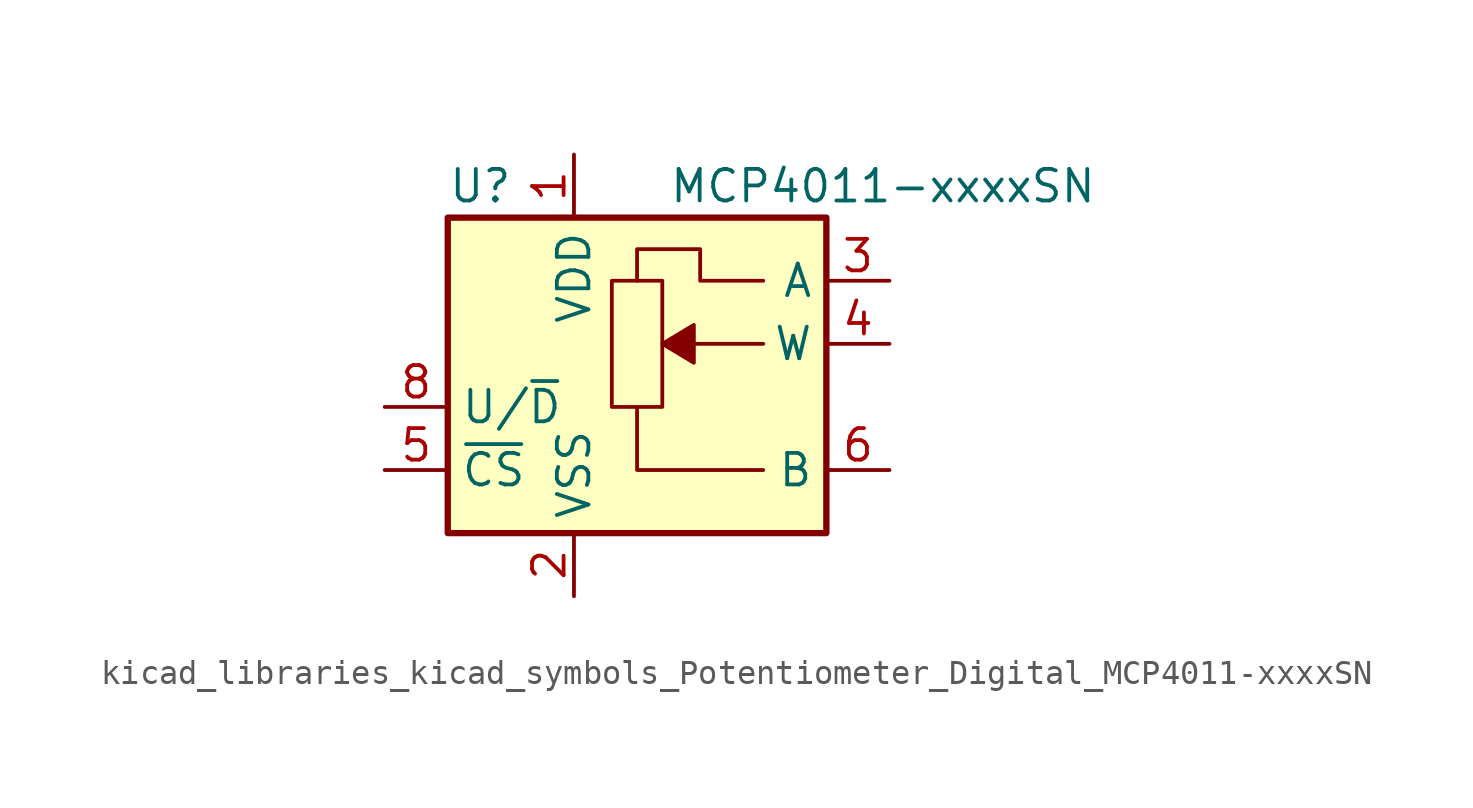
<source format=kicad_sym>
(kicad_symbol_lib
  (version 20220914)
  (generator kicad_symbol_editor)
  (symbol "kicad_libraries_kicad_symbols_Potentiometer_Digital_MCP4011-xxxxSN"
    (property "Reference" "U"
      (at -7.62 8.89 0)
      (effects (font (size 1.27 1.27)) (justify left)))
    (property "Value" "MCP4011-xxxxSN"
      (at 1.27 8.89 0)
      (effects (font (size 1.27 1.27)) (justify left)))
    (symbol "kicad_libraries_kicad_symbols_Potentiometer_Digital_MCP4011-xxxxSN_0_1"
      (polyline (pts (xy 0 0) (xy 0 -2.54) (xy 5.08 -2.54)) (stroke (width 0) (type default)) (fill (type none)))
      (polyline (pts (xy 5.08 2.54) (xy 3.81 2.54) (xy 1.27 2.54)) (stroke (width 0) (type default)) (fill (type none)))
      (polyline (pts (xy 5.08 5.08) (xy 2.54 5.08) (xy 2.54 6.35) (xy 0 6.35) (xy 0 5.08)) (stroke (width 0) (type default)) (fill (type none))))
    (symbol "kicad_libraries_kicad_symbols_Potentiometer_Digital_MCP4011-xxxxSN_1_1"
      (rectangle (start -7.62 7.62) (end 7.62 -5.08) (stroke (width 0.254) (type default)) (fill (type background)))
      (polyline (pts (xy 2.286 1.778) (xy 2.286 3.302) (xy 1.016 2.54) (xy 2.286 1.778)) (stroke (width 0) (type default)) (fill (type outline)))
      (rectangle (start 1.016 0) (end -1.016 5.08) (stroke (width 0) (type default)) (fill (type none)))
      (pin power_in line (at -2.54 10.16 270) (length 2.54) (name "VDD" (effects (font (size 1.27 1.27)))) (number "1" (effects (font (size 1.27 1.27)))))
      (pin power_in line (at -2.54 -7.62 90) (length 2.54) (name "VSS" (effects (font (size 1.27 1.27)))) (number "2" (effects (font (size 1.27 1.27)))))
      (pin passive line (at 10.16 5.08 180) (length 2.54) (name "A" (effects (font (size 1.27 1.27)))) (number "3" (effects (font (size 1.27 1.27)))))
      (pin passive line (at 10.16 2.54 180) (length 2.54) (name "W" (effects (font (size 1.27 1.27)))) (number "4" (effects (font (size 1.27 1.27)))))
      (pin input line (at -10.16 -2.54 0) (length 2.54) (name "~{CS}" (effects (font (size 1.27 1.27)))) (number "5" (effects (font (size 1.27 1.27)))))
      (pin passive line (at 10.16 -2.54 180) (length 2.54) (name "B" (effects (font (size 1.27 1.27)))) (number "6" (effects (font (size 1.27 1.27)))))
      (pin no_connect line (at -7.62 5.08 0) (length 2.54) hide (name "NC" (effects (font (size 1.27 1.27)))) (number "7" (effects (font (size 1.27 1.27)))))
      (pin input line (at -10.16 0 0) (length 2.54) (name "U/~{D}" (effects (font (size 1.27 1.27)))) (number "8" (effects (font (size 1.27 1.27))))))))
</source>
